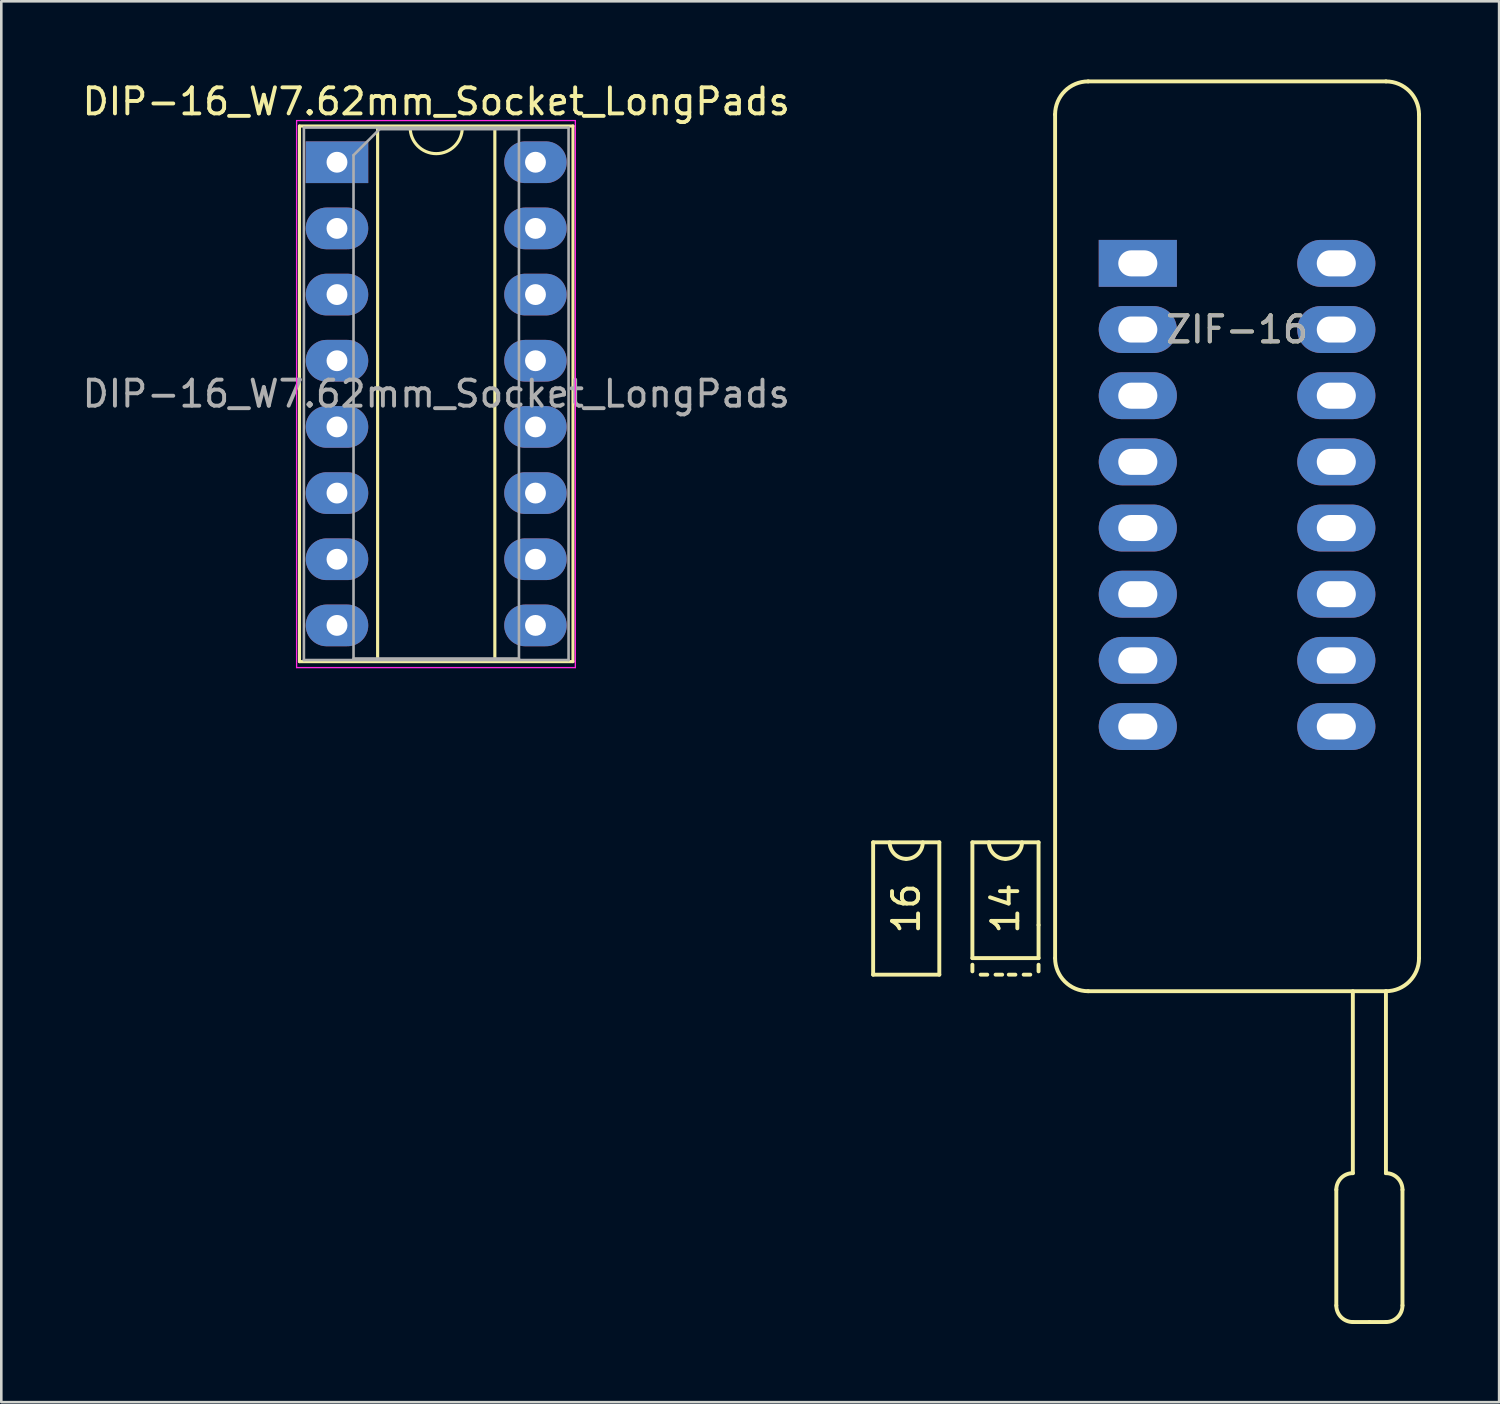
<source format=kicad_pcb>
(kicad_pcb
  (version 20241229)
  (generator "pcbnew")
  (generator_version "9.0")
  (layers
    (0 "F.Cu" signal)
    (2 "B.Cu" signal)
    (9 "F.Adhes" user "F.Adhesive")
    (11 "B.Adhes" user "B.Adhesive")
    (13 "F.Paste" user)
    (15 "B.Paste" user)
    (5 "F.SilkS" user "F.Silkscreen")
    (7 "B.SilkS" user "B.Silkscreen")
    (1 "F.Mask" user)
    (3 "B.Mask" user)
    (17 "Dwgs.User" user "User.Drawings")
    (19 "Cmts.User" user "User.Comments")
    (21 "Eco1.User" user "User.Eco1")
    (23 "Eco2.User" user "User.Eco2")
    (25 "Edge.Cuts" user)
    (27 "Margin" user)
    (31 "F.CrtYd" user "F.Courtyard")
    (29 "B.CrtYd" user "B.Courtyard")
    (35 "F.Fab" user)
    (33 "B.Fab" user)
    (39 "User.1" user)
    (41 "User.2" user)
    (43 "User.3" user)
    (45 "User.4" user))
  (footprint "DIP-16_W7.62mm_Socket_LongPads"
    (layer "F.Cu")
    (at 9.886 3.178)
    (property "Reference" "DIP-16_W7.62mm_Socket_LongPads" (at 3.81 -2.33 0) (layer "F.SilkS") (effects (font (size 1 1) (thickness 0.15))))
    (attr through_hole)
    (fp_line (start -1.44 -1.39) (end -1.44 19.17) (stroke (width 0.12) (type solid)) (layer "F.SilkS"))
    (fp_line (start -1.44 19.17) (end 9.06 19.17) (stroke (width 0.12) (type solid)) (layer "F.SilkS"))
    (fp_line (start 1.56 -1.33) (end 1.56 19.11) (stroke (width 0.12) (type solid)) (layer "F.SilkS"))
    (fp_line (start 1.56 19.11) (end 6.06 19.11) (stroke (width 0.12) (type solid)) (layer "F.SilkS"))
    (fp_line (start 2.81 -1.33) (end 1.56 -1.33) (stroke (width 0.12) (type solid)) (layer "F.SilkS"))
    (fp_line (start 6.06 -1.33) (end 4.81 -1.33) (stroke (width 0.12) (type solid)) (layer "F.SilkS"))
    (fp_line (start 6.06 19.11) (end 6.06 -1.33) (stroke (width 0.12) (type solid)) (layer "F.SilkS"))
    (fp_line (start 9.06 -1.39) (end -1.44 -1.39) (stroke (width 0.12) (type solid)) (layer "F.SilkS"))
    (fp_line (start 9.06 19.17) (end 9.06 -1.39) (stroke (width 0.12) (type solid)) (layer "F.SilkS"))
    (fp_arc (start 4.81 -1.33) (mid 3.81 -0.33) (end 2.81 -1.33) (stroke (width 0.12) (type solid)) (layer "F.SilkS"))
    (fp_line (start -1.55 -1.6) (end -1.55 19.4) (stroke (width 0.05) (type solid)) (layer "F.CrtYd"))
    (fp_line (start -1.55 19.4) (end 9.15 19.4) (stroke (width 0.05) (type solid)) (layer "F.CrtYd"))
    (fp_line (start 9.15 -1.6) (end -1.55 -1.6) (stroke (width 0.05) (type solid)) (layer "F.CrtYd"))
    (fp_line (start 9.15 19.4) (end 9.15 -1.6) (stroke (width 0.05) (type solid)) (layer "F.CrtYd"))
    (fp_line (start -1.27 -1.33) (end -1.27 19.11) (stroke (width 0.1) (type solid)) (layer "F.Fab"))
    (fp_line (start -1.27 19.11) (end 8.89 19.11) (stroke (width 0.1) (type solid)) (layer "F.Fab"))
    (fp_line (start 0.635 -0.27) (end 1.635 -1.27) (stroke (width 0.1) (type solid)) (layer "F.Fab"))
    (fp_line (start 0.635 19.05) (end 0.635 -0.27) (stroke (width 0.1) (type solid)) (layer "F.Fab"))
    (fp_line (start 1.635 -1.27) (end 6.985 -1.27) (stroke (width 0.1) (type solid)) (layer "F.Fab"))
    (fp_line (start 6.985 -1.27) (end 6.985 19.05) (stroke (width 0.1) (type solid)) (layer "F.Fab"))
    (fp_line (start 6.985 19.05) (end 0.635 19.05) (stroke (width 0.1) (type solid)) (layer "F.Fab"))
    (fp_line (start 8.89 -1.33) (end -1.27 -1.33) (stroke (width 0.1) (type solid)) (layer "F.Fab"))
    (fp_line (start 8.89 19.11) (end 8.89 -1.33) (stroke (width 0.1) (type solid)) (layer "F.Fab"))
    (fp_text user "${REFERENCE}" (at 3.81 8.89 0) (layer "F.Fab") (effects (font (size 1 1) (thickness 0.15))))
    (pad "1" thru_hole rect (at 0 0) (size 2.4 1.6) (drill 0.8) (layers "*.Cu" "*.Mask"))
    (pad "2" thru_hole oval (at 0 2.54) (size 2.4 1.6) (drill 0.8) (layers "*.Cu" "*.Mask"))
    (pad "3" thru_hole oval (at 0 5.08) (size 2.4 1.6) (drill 0.8) (layers "*.Cu" "*.Mask"))
    (pad "4" thru_hole oval (at 0 7.62) (size 2.4 1.6) (drill 0.8) (layers "*.Cu" "*.Mask"))
    (pad "5" thru_hole oval (at 0 10.16) (size 2.4 1.6) (drill 0.8) (layers "*.Cu" "*.Mask"))
    (pad "6" thru_hole oval (at 0 12.7) (size 2.4 1.6) (drill 0.8) (layers "*.Cu" "*.Mask"))
    (pad "7" thru_hole oval (at 0 15.24) (size 2.4 1.6) (drill 0.8) (layers "*.Cu" "*.Mask"))
    (pad "8" thru_hole oval (at 0 17.78) (size 2.4 1.6) (drill 0.8) (layers "*.Cu" "*.Mask"))
    (pad "9" thru_hole oval (at 7.62 17.78) (size 2.4 1.6) (drill 0.8) (layers "*.Cu" "*.Mask"))
    (pad "10" thru_hole oval (at 7.62 15.24) (size 2.4 1.6) (drill 0.8) (layers "*.Cu" "*.Mask"))
    (pad "11" thru_hole oval (at 7.62 12.7) (size 2.4 1.6) (drill 0.8) (layers "*.Cu" "*.Mask"))
    (pad "12" thru_hole oval (at 7.62 10.16) (size 2.4 1.6) (drill 0.8) (layers "*.Cu" "*.Mask"))
    (pad "13" thru_hole oval (at 7.62 7.62) (size 2.4 1.6) (drill 0.8) (layers "*.Cu" "*.Mask"))
    (pad "14" thru_hole oval (at 7.62 5.08) (size 2.4 1.6) (drill 0.8) (layers "*.Cu" "*.Mask"))
    (pad "15" thru_hole oval (at 7.62 2.54) (size 2.4 1.6) (drill 0.8) (layers "*.Cu" "*.Mask"))
    (pad "16" thru_hole oval (at 7.62 0) (size 2.4 1.6) (drill 0.8) (layers "*.Cu" "*.Mask")))
  (footprint "ZIF-16"
    (layer "F.Cu")
    (at 40.628 7.06)
    (property "Reference" "ZIF-16" (at 3.81 2.54 0) (layer "F.SilkS") (effects (font (size 1 1) (thickness 0.15))))
    (attr through_hole)
    (fp_line (start -10.16 22.225) (end -7.62 22.225) (stroke (width 0.15) (type solid)) (layer "F.SilkS"))
    (fp_line (start -10.16 27.305) (end -10.16 22.225) (stroke (width 0.15) (type solid)) (layer "F.SilkS"))
    (fp_line (start -7.62 22.225) (end -7.62 27.305) (stroke (width 0.15) (type solid)) (layer "F.SilkS"))
    (fp_line (start -7.62 27.305) (end -10.16 27.305) (stroke (width 0.15) (type solid)) (layer "F.SilkS"))
    (fp_line (start -6.35 22.225) (end -6.35 26.67) (stroke (width 0.15) (type solid)) (layer "F.SilkS"))
    (fp_line (start -6.35 22.225) (end -3.81 22.225) (stroke (width 0.15) (type solid)) (layer "F.SilkS"))
    (fp_line (start -6.35 26.67) (end -3.81 26.67) (stroke (width 0.15) (type solid)) (layer "F.SilkS"))
    (fp_line (start -6.35 27.178) (end -6.35 26.924) (stroke (width 0.15) (type solid)) (layer "F.SilkS"))
    (fp_line (start -6.032 27.305) (end -5.779 27.305) (stroke (width 0.15) (type solid)) (layer "F.SilkS"))
    (fp_line (start -5.207 27.305) (end -5.461 27.305) (stroke (width 0.15) (type solid)) (layer "F.SilkS"))
    (fp_line (start -4.699 27.305) (end -4.953 27.305) (stroke (width 0.15) (type solid)) (layer "F.SilkS"))
    (fp_line (start -4.128 27.305) (end -4.381 27.305) (stroke (width 0.15) (type solid)) (layer "F.SilkS"))
    (fp_line (start -3.81 22.225) (end -3.81 25.4) (stroke (width 0.15) (type solid)) (layer "F.SilkS"))
    (fp_line (start -3.81 26.67) (end -3.81 25.4) (stroke (width 0.15) (type solid)) (layer "F.SilkS"))
    (fp_line (start -3.81 26.924) (end -3.81 27.178) (stroke (width 0.15) (type solid)) (layer "F.SilkS"))
    (fp_line (start -3.175 -5.715) (end -3.175 26.67) (stroke (width 0.15) (type solid)) (layer "F.SilkS"))
    (fp_line (start -1.905 27.94) (end 9.525 27.94) (stroke (width 0.15) (type solid)) (layer "F.SilkS"))
    (fp_line (start 7.62 35.56) (end 7.62 40.005) (stroke (width 0.15) (type solid)) (layer "F.SilkS"))
    (fp_line (start 8.255 27.94) (end 8.255 34.925) (stroke (width 0.15) (type solid)) (layer "F.SilkS"))
    (fp_line (start 8.89 40.64) (end 8.255 40.64) (stroke (width 0.15) (type solid)) (layer "F.SilkS"))
    (fp_line (start 9.525 -6.985) (end -1.905 -6.985) (stroke (width 0.15) (type solid)) (layer "F.SilkS"))
    (fp_line (start 9.525 27.94) (end 9.525 34.925) (stroke (width 0.15) (type solid)) (layer "F.SilkS"))
    (fp_line (start 9.525 40.64) (end 8.89 40.64) (stroke (width 0.15) (type solid)) (layer "F.SilkS"))
    (fp_line (start 10.16 40.005) (end 10.16 35.56) (stroke (width 0.15) (type solid)) (layer "F.SilkS"))
    (fp_line (start 10.795 26.67) (end 10.795 -5.715) (stroke (width 0.15) (type solid)) (layer "F.SilkS"))
    (fp_arc (start -8.89 22.86) (mid -9.339013 22.674013) (end -9.525 22.225) (stroke (width 0.15) (type solid)) (layer "F.SilkS"))
    (fp_arc (start -8.255 22.225) (mid -8.440987 22.674013) (end -8.89 22.86) (stroke (width 0.15) (type solid)) (layer "F.SilkS"))
    (fp_arc (start -5.08 22.86) (mid -5.529013 22.674013) (end -5.715 22.225) (stroke (width 0.15) (type solid)) (layer "F.SilkS"))
    (fp_arc (start -4.445 22.225) (mid -4.630987 22.674013) (end -5.08 22.86) (stroke (width 0.15) (type solid)) (layer "F.SilkS"))
    (fp_arc (start -3.175 -5.715) (mid -2.803026 -6.613026) (end -1.905 -6.985) (stroke (width 0.15) (type solid)) (layer "F.SilkS"))
    (fp_arc (start -1.905 27.94) (mid -2.803026 27.568026) (end -3.175 26.67) (stroke (width 0.15) (type solid)) (layer "F.SilkS"))
    (fp_arc (start 7.62 35.56) (mid 7.805987 35.110987) (end 8.255 34.925) (stroke (width 0.15) (type solid)) (layer "F.SilkS"))
    (fp_arc (start 8.255 40.64) (mid 7.805987 40.454013) (end 7.62 40.005) (stroke (width 0.15) (type solid)) (layer "F.SilkS"))
    (fp_arc (start 9.525 -6.985) (mid 10.423026 -6.613026) (end 10.795 -5.715) (stroke (width 0.15) (type solid)) (layer "F.SilkS"))
    (fp_arc (start 9.525 34.925) (mid 9.974013 35.110987) (end 10.16 35.56) (stroke (width 0.15) (type solid)) (layer "F.SilkS"))
    (fp_arc (start 10.16 40.005) (mid 9.974013 40.454013) (end 9.525 40.64) (stroke (width 0.15) (type solid)) (layer "F.SilkS"))
    (fp_arc (start 10.795 26.67) (mid 10.423026 27.568026) (end 9.525 27.94) (stroke (width 0.15) (type solid)) (layer "F.SilkS"))
    (fp_text user "16" (at -8.89 24.765 270) (layer "F.SilkS") (effects (font (size 1 1) (thickness 0.15))))
    (fp_text user "14" (at -5.08 24.765 90) (layer "F.SilkS") (effects (font (size 1 1) (thickness 0.15))))
    (fp_text user "${REFERENCE}" (at 3.81 2.54 0) (layer "F.Fab") (effects (font (size 1 1) (thickness 0.15))))
    (pad "1" thru_hole rect (at 0 0) (size 3 1.8) (drill oval 1.5 1) (layers "*.Cu" "*.Mask"))
    (pad "2" thru_hole oval (at 0 2.54) (size 3 1.8) (drill oval 1.5 1) (layers "*.Cu" "*.Mask"))
    (pad "3" thru_hole oval (at 0 5.08) (size 3 1.8) (drill oval 1.5 1) (layers "*.Cu" "*.Mask"))
    (pad "4" thru_hole oval (at 0 7.62) (size 3 1.8) (drill oval 1.5 1) (layers "*.Cu" "*.Mask"))
    (pad "5" thru_hole oval (at 0 10.16) (size 3 1.8) (drill oval 1.5 1) (layers "*.Cu" "*.Mask"))
    (pad "6" thru_hole oval (at 0 12.7) (size 3 1.8) (drill oval 1.5 1) (layers "*.Cu" "*.Mask"))
    (pad "7" thru_hole oval (at 0 15.24) (size 3 1.8) (drill oval 1.5 1) (layers "*.Cu" "*.Mask"))
    (pad "8" thru_hole oval (at 0 17.78) (size 3 1.8) (drill oval 1.5 1) (layers "*.Cu" "*.Mask"))
    (pad "9" thru_hole oval (at 7.62 17.78) (size 3 1.8) (drill oval 1.5 1) (layers "*.Cu" "*.Mask"))
    (pad "10" thru_hole oval (at 7.62 15.24) (size 3 1.8) (drill oval 1.5 1) (layers "*.Cu" "*.Mask"))
    (pad "11" thru_hole oval (at 7.62 12.7) (size 3 1.8) (drill oval 1.5 1) (layers "*.Cu" "*.Mask"))
    (pad "12" thru_hole oval (at 7.62 10.16) (size 3 1.8) (drill oval 1.5 1) (layers "*.Cu" "*.Mask"))
    (pad "13" thru_hole oval (at 7.62 7.62) (size 3 1.8) (drill oval 1.5 1) (layers "*.Cu" "*.Mask"))
    (pad "14" thru_hole oval (at 7.62 5.08) (size 3 1.8) (drill oval 1.5 1) (layers "*.Cu" "*.Mask"))
    (pad "15" thru_hole oval (at 7.62 2.54) (size 3 1.8) (drill oval 1.5 1) (layers "*.Cu" "*.Mask"))
    (pad "16" thru_hole oval (at 7.62 0) (size 3 1.8) (drill oval 1.5 1) (layers "*.Cu" "*.Mask")))
  (gr_rect
    (start -3 -3)
    (end 54.498 50.775)
    (stroke (width 0.1) (type default))
    (fill no)
    (layer "Edge.Cuts")))
</source>
